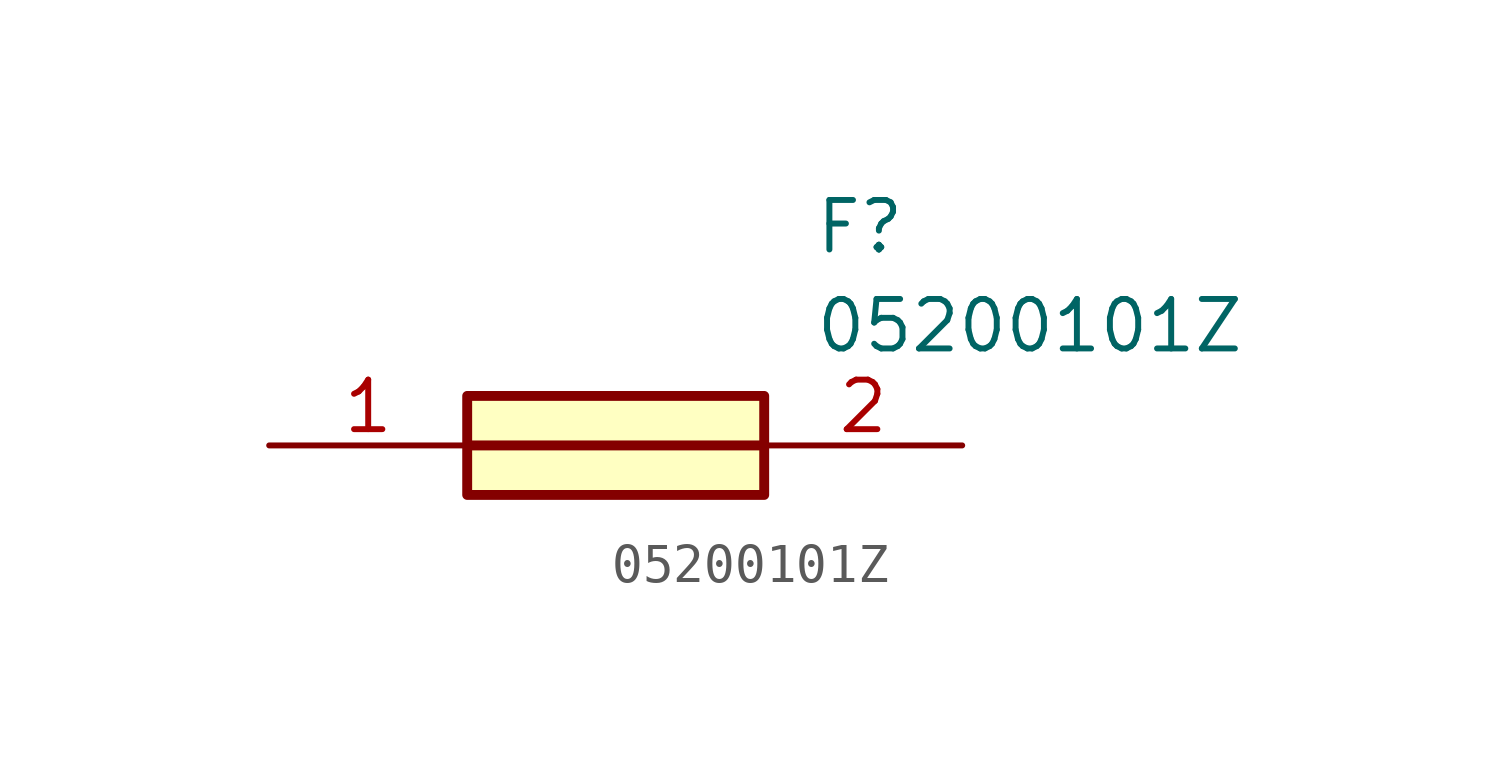
<source format=kicad_sym>
(kicad_symbol_lib
  (version 20211014)
  (generator SamacSys_ECAD_Model)
  (symbol "05200101Z"
    (pin_names hide)
    (property "Reference" "F"
      (at 13.97 6.35 0)
      (effects (font (size 1.27 1.27)) (justify left top)))
    (property "Value" "05200101Z"
      (at 13.97 3.81 0)
      (effects (font (size 1.27 1.27)) (justify left top)))
    (rectangle
      (start 5.08 1.27)
      (end 12.7 -1.27)
      (stroke (width 0.254) (type default))
      (fill (type background)))
    (polyline
      (pts (xy 5.08 0) (xy 12.7 0))
      (stroke (width 0.254) (type default))
      (fill (type none)))
    (pin passive line
      (at 0 0 0)
      (length 5.08)
      (name "1" (effects (font (size 1.27 1.27))))
      (number "1" (effects (font (size 1.27 1.27)))))
    (pin passive line
      (at 17.78 0 180)
      (length 5.08)
      (name "2" (effects (font (size 1.27 1.27))))
      (number "2" (effects (font (size 1.27 1.27)))))))
</source>
